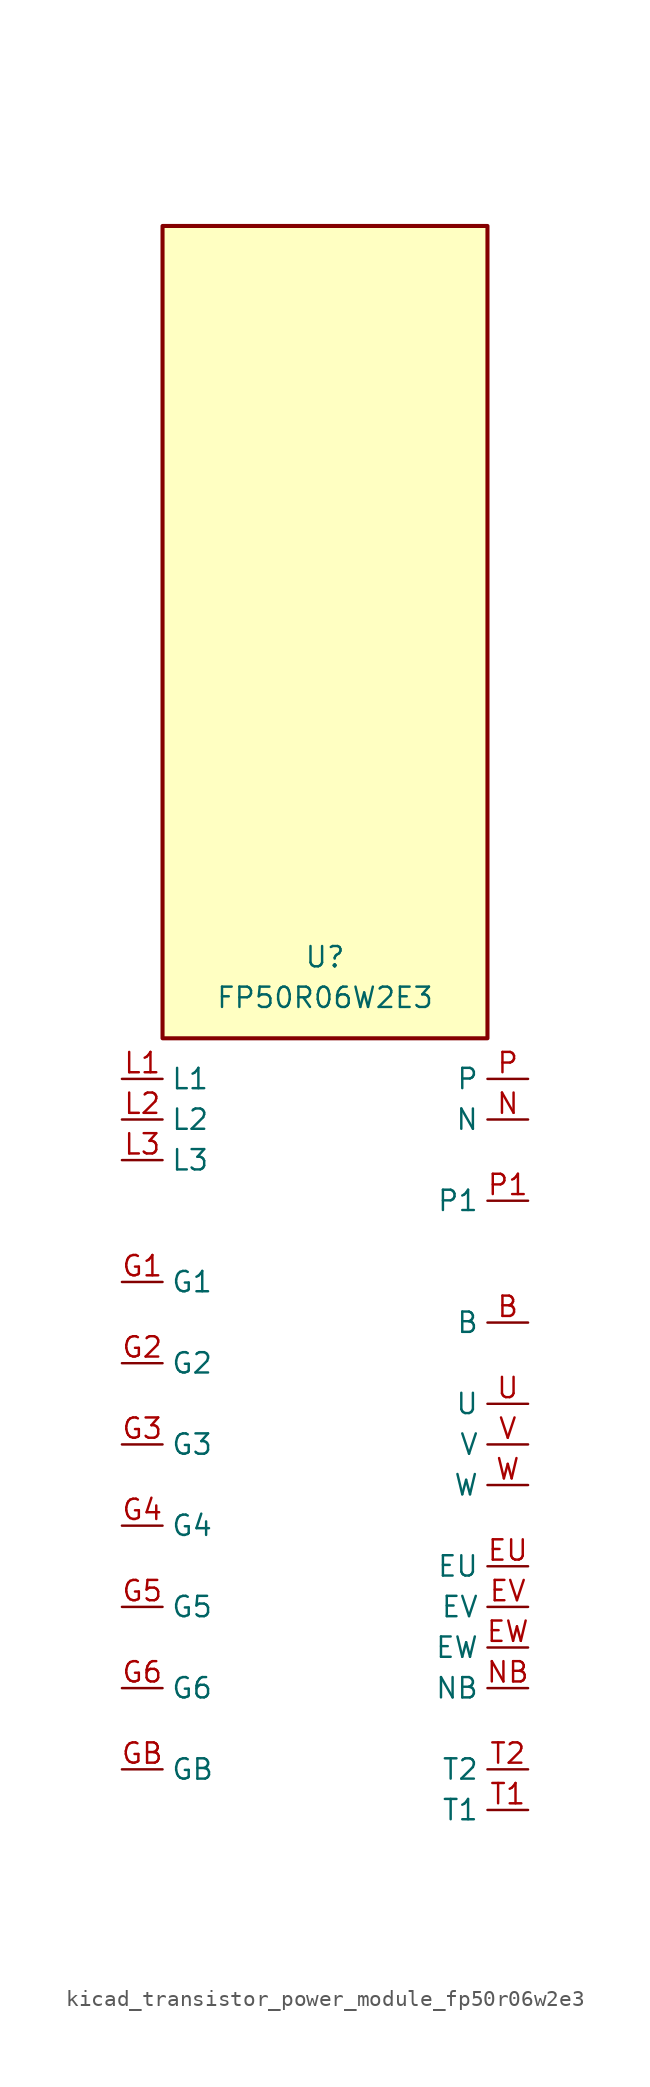
<source format=kicad_sym>
(kicad_symbol_lib
  (version 20220914)
  (generator kicad_symbol_editor)
  (symbol "kicad_transistor_power_module_fp50r06w2e3"
    (property "Reference" "U"
      (at 0 30.48 0)
      (effects (font (size 1.27 1.27))))
    (property "Value" "FP50R06W2E3"
      (at 0 27.94 0)
      (effects (font (size 1.27 1.27))))
    (symbol "kicad_transistor_power_module_fp50r06w2e3_1_1"
      (rectangle (start 10.16 76.2) (end -10.16 25.4) (stroke (width 0.254) (type default)) (fill (type background)))
      (pin passive line (at 12.7 7.62 180) (length 2.54) (name "B" (effects (font (size 1.27 1.27)))) (number "B" (effects (font (size 1.27 1.27)))))
      (pin passive line (at 12.7 -7.62 180) (length 2.54) (name "EU" (effects (font (size 1.27 1.27)))) (number "EU" (effects (font (size 1.27 1.27)))))
      (pin passive line (at 12.7 -10.16 180) (length 2.54) (name "EV" (effects (font (size 1.27 1.27)))) (number "EV" (effects (font (size 1.27 1.27)))))
      (pin passive line (at 12.7 -12.7 180) (length 2.54) (name "EW" (effects (font (size 1.27 1.27)))) (number "EW" (effects (font (size 1.27 1.27)))))
      (pin passive line (at -12.7 10.16 0) (length 2.54) (name "G1" (effects (font (size 1.27 1.27)))) (number "G1" (effects (font (size 1.27 1.27)))))
      (pin passive line (at -12.7 5.08 0) (length 2.54) (name "G2" (effects (font (size 1.27 1.27)))) (number "G2" (effects (font (size 1.27 1.27)))))
      (pin passive line (at -12.7 0 0) (length 2.54) (name "G3" (effects (font (size 1.27 1.27)))) (number "G3" (effects (font (size 1.27 1.27)))))
      (pin passive line (at -12.7 -5.08 0) (length 2.54) (name "G4" (effects (font (size 1.27 1.27)))) (number "G4" (effects (font (size 1.27 1.27)))))
      (pin passive line (at -12.7 -10.16 0) (length 2.54) (name "G5" (effects (font (size 1.27 1.27)))) (number "G5" (effects (font (size 1.27 1.27)))))
      (pin passive line (at -12.7 -15.24 0) (length 2.54) (name "G6" (effects (font (size 1.27 1.27)))) (number "G6" (effects (font (size 1.27 1.27)))))
      (pin passive line (at -12.7 -20.32 0) (length 2.54) (name "GB" (effects (font (size 1.27 1.27)))) (number "GB" (effects (font (size 1.27 1.27)))))
      (pin passive line (at -12.7 22.86 0) (length 2.54) (name "L1" (effects (font (size 1.27 1.27)))) (number "L1" (effects (font (size 1.27 1.27)))))
      (pin passive line (at -12.7 20.32 0) (length 2.54) (name "L2" (effects (font (size 1.27 1.27)))) (number "L2" (effects (font (size 1.27 1.27)))))
      (pin passive line (at -12.7 17.78 0) (length 2.54) (name "L3" (effects (font (size 1.27 1.27)))) (number "L3" (effects (font (size 1.27 1.27)))))
      (pin passive line (at 12.7 20.32 180) (length 2.54) (name "N" (effects (font (size 1.27 1.27)))) (number "N" (effects (font (size 1.27 1.27)))))
      (pin passive line (at 12.7 -15.24 180) (length 2.54) (name "NB" (effects (font (size 1.27 1.27)))) (number "NB" (effects (font (size 1.27 1.27)))))
      (pin passive line (at 12.7 22.86 180) (length 2.54) (name "P" (effects (font (size 1.27 1.27)))) (number "P" (effects (font (size 1.27 1.27)))))
      (pin passive line (at 12.7 15.24 180) (length 2.54) (name "P1" (effects (font (size 1.27 1.27)))) (number "P1" (effects (font (size 1.27 1.27)))))
      (pin passive line (at 12.7 -22.86 180) (length 2.54) (name "T1" (effects (font (size 1.27 1.27)))) (number "T1" (effects (font (size 1.27 1.27)))))
      (pin passive line (at 12.7 -20.32 180) (length 2.54) (name "T2" (effects (font (size 1.27 1.27)))) (number "T2" (effects (font (size 1.27 1.27)))))
      (pin passive line (at 12.7 2.54 180) (length 2.54) (name "U" (effects (font (size 1.27 1.27)))) (number "U" (effects (font (size 1.27 1.27)))))
      (pin passive line (at 12.7 0 180) (length 2.54) (name "V" (effects (font (size 1.27 1.27)))) (number "V" (effects (font (size 1.27 1.27)))))
      (pin passive line (at 12.7 -2.54 180) (length 2.54) (name "W" (effects (font (size 1.27 1.27)))) (number "W" (effects (font (size 1.27 1.27))))))))
</source>
